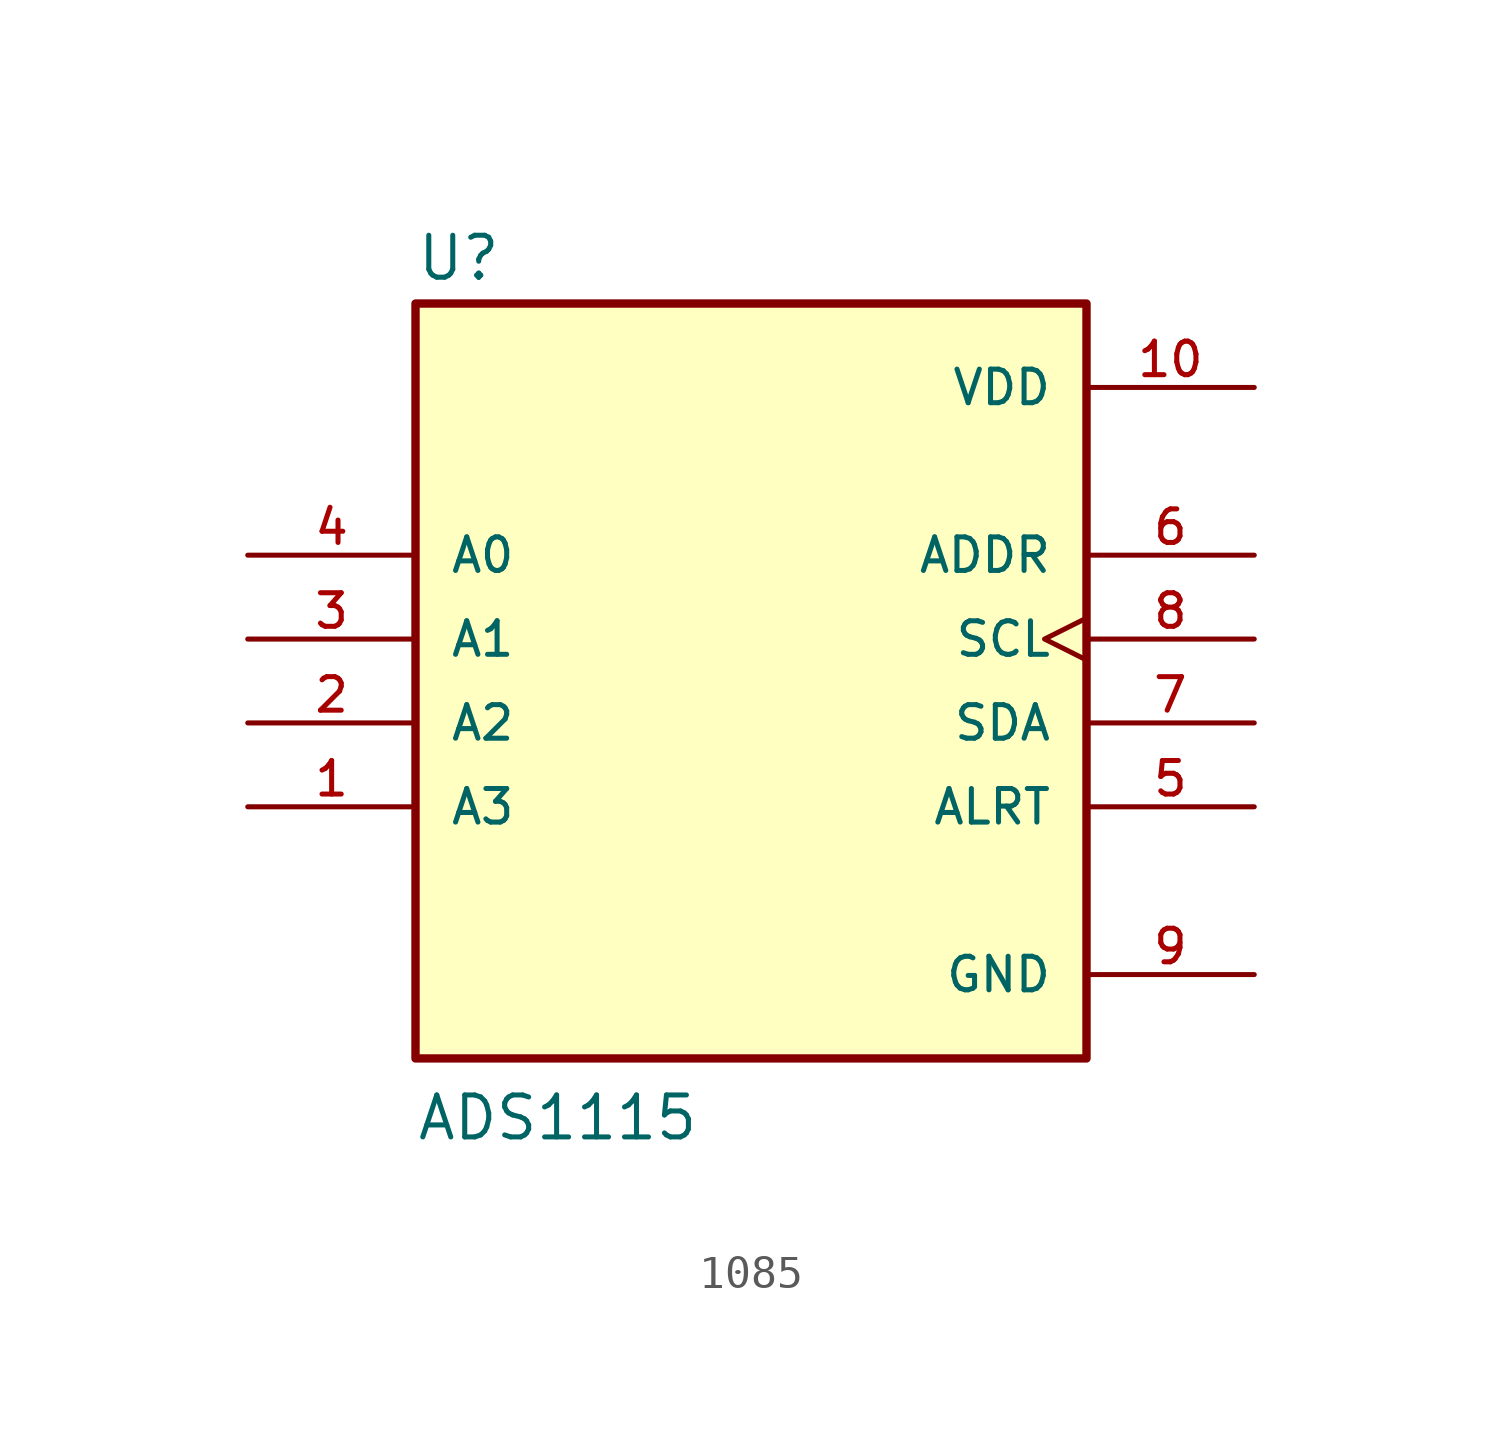
<source format=kicad_sym>
(kicad_symbol_lib
  (version 20231120)
  (generator "kicad_symbol_editor")
  (generator_version "8.0")
  (symbol "1085"
    (pin_names
      (offset 1.016))
    (property "Reference" "U"
      (at -10.16 10.795 0)
      (effects (font (size 1.27 1.27)) (justify left bottom)))
    (property "Value" "ADS1115"
      (at -10.16 -15.24 0)
      (effects (font (size 1.27 1.27)) (justify left bottom)))
    (symbol "1085_0_0"
      (rectangle (start -10.16 10.16) (end 10.16 -12.7) (stroke (width 0.254) (type default)) (fill (type background)))
      (pin input line (at -15.24 -5.08 0) (length 5.08) (name "A3" (effects (font (size 1.016 1.016)))) (number "1" (effects (font (size 1.016 1.016)))))
      (pin power_in line (at 15.24 7.62 180) (length 5.08) (name "VDD" (effects (font (size 1.016 1.016)))) (number "10" (effects (font (size 1.016 1.016)))))
      (pin input line (at -15.24 -2.54 0) (length 5.08) (name "A2" (effects (font (size 1.016 1.016)))) (number "2" (effects (font (size 1.016 1.016)))))
      (pin input line (at -15.24 0 0) (length 5.08) (name "A1" (effects (font (size 1.016 1.016)))) (number "3" (effects (font (size 1.016 1.016)))))
      (pin input line (at -15.24 2.54 0) (length 5.08) (name "A0" (effects (font (size 1.016 1.016)))) (number "4" (effects (font (size 1.016 1.016)))))
      (pin output line (at 15.24 -5.08 180) (length 5.08) (name "ALRT" (effects (font (size 1.016 1.016)))) (number "5" (effects (font (size 1.016 1.016)))))
      (pin input line (at 15.24 2.54 180) (length 5.08) (name "ADDR" (effects (font (size 1.016 1.016)))) (number "6" (effects (font (size 1.016 1.016)))))
      (pin bidirectional line (at 15.24 -2.54 180) (length 5.08) (name "SDA" (effects (font (size 1.016 1.016)))) (number "7" (effects (font (size 1.016 1.016)))))
      (pin input clock (at 15.24 0 180) (length 5.08) (name "SCL" (effects (font (size 1.016 1.016)))) (number "8" (effects (font (size 1.016 1.016)))))
      (pin power_in line (at 15.24 -10.16 180) (length 5.08) (name "GND" (effects (font (size 1.016 1.016)))) (number "9" (effects (font (size 1.016 1.016))))))))
</source>
